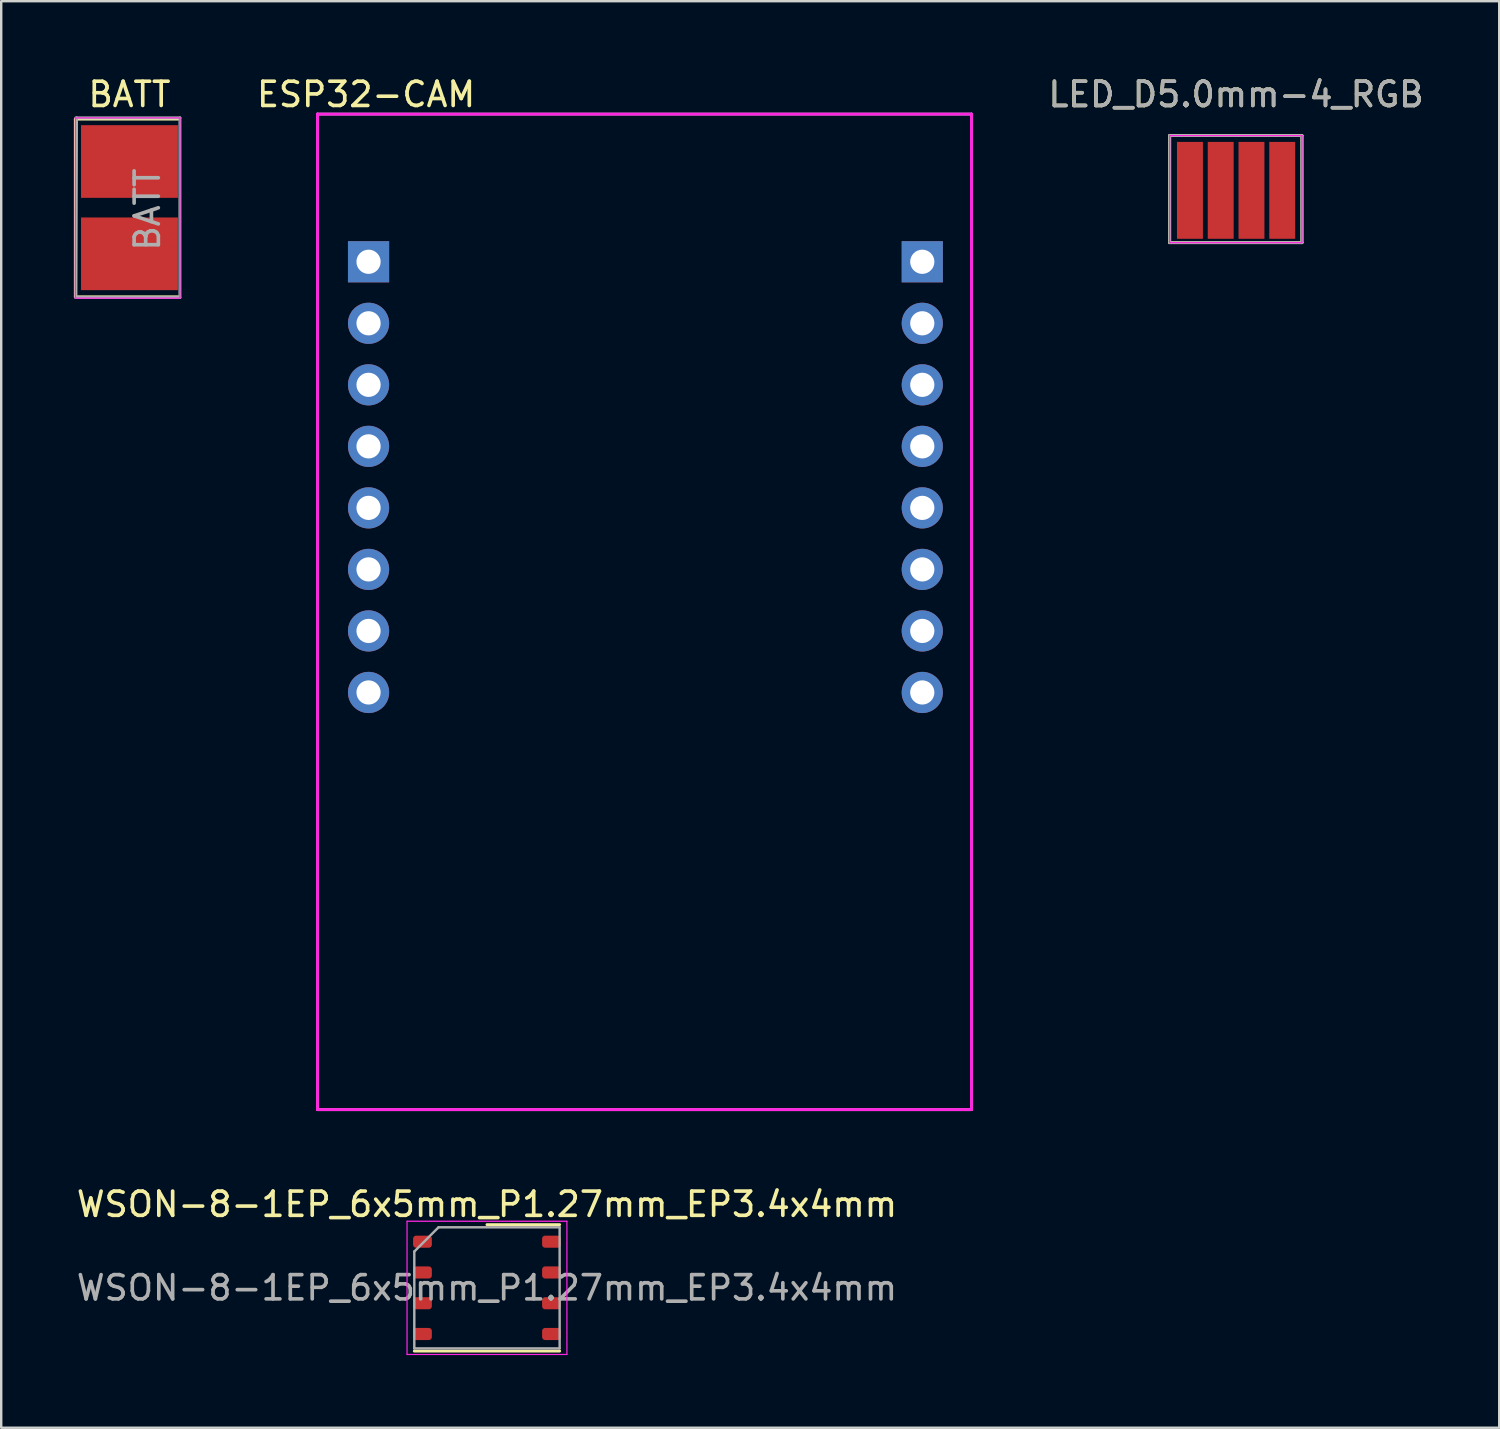
<source format=kicad_pcb>
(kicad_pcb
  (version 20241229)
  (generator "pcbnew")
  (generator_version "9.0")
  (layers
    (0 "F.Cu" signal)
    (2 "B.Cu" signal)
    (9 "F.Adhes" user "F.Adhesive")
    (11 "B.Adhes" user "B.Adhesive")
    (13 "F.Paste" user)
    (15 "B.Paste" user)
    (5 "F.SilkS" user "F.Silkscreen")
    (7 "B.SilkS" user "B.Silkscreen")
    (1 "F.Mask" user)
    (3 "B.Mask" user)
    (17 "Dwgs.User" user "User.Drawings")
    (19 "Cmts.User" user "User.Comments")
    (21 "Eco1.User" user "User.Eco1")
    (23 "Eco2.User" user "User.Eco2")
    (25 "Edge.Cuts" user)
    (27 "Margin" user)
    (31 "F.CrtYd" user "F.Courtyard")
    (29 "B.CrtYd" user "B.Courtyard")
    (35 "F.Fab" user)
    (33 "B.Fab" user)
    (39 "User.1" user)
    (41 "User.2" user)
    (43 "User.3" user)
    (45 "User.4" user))
  (footprint "BATT"
    (layer "F.Cu")
    (at 2.295 3.618)
    (property "Reference" "BATT" (at 0 -2.77 0) (layer "F.SilkS") (effects (font (size 1 1) (thickness 0.15))))
    (attr through_hole)
    (fp_line (start -2.235 -1.753) (end 2.007 -1.753) (stroke (width 0.12) (type solid)) (layer "F.SilkS"))
    (fp_line (start -2.235 5.588) (end -2.235 -1.753) (stroke (width 0.12) (type solid)) (layer "F.SilkS"))
    (fp_line (start 2.032 5.588) (end -2.235 5.588) (stroke (width 0.12) (type solid)) (layer "F.SilkS"))
    (fp_line (start -2.235 -1.803) (end 2.083 -1.803) (stroke (width 0.05) (type solid)) (layer "F.CrtYd"))
    (fp_line (start -2.235 5.639) (end -2.235 -1.803) (stroke (width 0.05) (type solid)) (layer "F.CrtYd"))
    (fp_line (start 2.083 -1.803) (end 2.083 5.635) (stroke (width 0.05) (type solid)) (layer "F.CrtYd"))
    (fp_line (start 2.083 5.639) (end -2.235 5.639) (stroke (width 0.05) (type solid)) (layer "F.CrtYd"))
    (fp_line (start -2.21 -1.803) (end 2.083 -1.803) (stroke (width 0.12) (type solid)) (layer "F.Fab"))
    (fp_line (start -2.21 5.613) (end -2.184 -1.803) (stroke (width 0.12) (type solid)) (layer "F.Fab"))
    (fp_line (start 2.083 -1.803) (end 2.083 5.613) (stroke (width 0.12) (type solid)) (layer "F.Fab"))
    (fp_line (start 2.083 5.613) (end -2.21 5.613) (stroke (width 0.12) (type solid)) (layer "F.Fab"))
    (fp_text user "${REFERENCE}" (at 0.737 1.981 270) (layer "F.Fab") (effects (font (size 1 1) (thickness 0.15))))
    (pad "1" smd rect (at 0 0) (size 4 3) (layers "F.Cu" "F.Mask" "F.Paste"))
    (pad "2" smd rect (at 0 3.81) (size 4 3) (layers "F.Cu" "F.Mask" "F.Paste")))
  (footprint "ESP32-CAM"
    (layer "F.Cu")
    (at 12.165 7.757)
    (property "Reference" "ESP32-CAM" (at -0.102 -6.909 0) (layer "F.SilkS") (effects (font (size 1 1) (thickness 0.15))))
    (attr through_hole)
    (fp_line (start -2.108 -6.096) (end 24.892 -6.096) (stroke (width 0.12) (type solid)) (layer "F.CrtYd"))
    (fp_line (start -2.108 35.001) (end -2.108 -6.096) (stroke (width 0.12) (type solid)) (layer "F.CrtYd"))
    (fp_line (start 24.892 -6.096) (end 24.892 35.001) (stroke (width 0.12) (type solid)) (layer "F.CrtYd"))
    (fp_line (start 24.892 35.001) (end -2.108 35.001) (stroke (width 0.12) (type solid)) (layer "F.CrtYd"))
    (fp_line (start -2.108 -6.096) (end 24.892 -6.096) (stroke (width 0.12) (type solid)) (layer "F.Fab"))
    (fp_line (start -2.108 35.001) (end -2.108 -6.096) (stroke (width 0.12) (type solid)) (layer "F.Fab"))
    (fp_line (start 24.892 -6.096) (end 24.892 35.001) (stroke (width 0.12) (type solid)) (layer "F.Fab"))
    (fp_line (start 24.892 35.001) (end -2.108 35.001) (stroke (width 0.12) (type solid)) (layer "F.Fab"))
    (pad "1" thru_hole rect (at 0 0) (size 1.7 1.7) (drill 1) (layers "*.Cu" "*.Mask"))
    (pad "2" thru_hole oval (at 0 2.54) (size 1.7 1.7) (drill 1) (layers "*.Cu" "*.Mask"))
    (pad "3" thru_hole oval (at 0 5.08) (size 1.7 1.7) (drill 1) (layers "*.Cu" "*.Mask"))
    (pad "4" thru_hole oval (at 0 7.62) (size 1.7 1.7) (drill 1) (layers "*.Cu" "*.Mask"))
    (pad "5" thru_hole oval (at 0 10.16) (size 1.7 1.7) (drill 1) (layers "*.Cu" "*.Mask"))
    (pad "6" thru_hole oval (at 0 12.7) (size 1.7 1.7) (drill 1) (layers "*.Cu" "*.Mask"))
    (pad "7" thru_hole oval (at 0 15.24) (size 1.7 1.7) (drill 1) (layers "*.Cu" "*.Mask"))
    (pad "8" thru_hole oval (at 0 17.78) (size 1.7 1.7) (drill 1) (layers "*.Cu" "*.Mask"))
    (pad "9" thru_hole oval (at 22.86 17.78) (size 1.7 1.7) (drill 1) (layers "*.Cu" "*.Mask"))
    (pad "10" thru_hole oval (at 22.86 15.24) (size 1.7 1.7) (drill 1) (layers "*.Cu" "*.Mask"))
    (pad "11" thru_hole oval (at 22.86 12.7) (size 1.7 1.7) (drill 1) (layers "*.Cu" "*.Mask"))
    (pad "12" thru_hole oval (at 22.86 10.16) (size 1.7 1.7) (drill 1) (layers "*.Cu" "*.Mask"))
    (pad "13" thru_hole oval (at 22.86 7.62) (size 1.7 1.7) (drill 1) (layers "*.Cu" "*.Mask"))
    (pad "14" thru_hole oval (at 22.86 5.08) (size 1.7 1.7) (drill 1) (layers "*.Cu" "*.Mask"))
    (pad "15" thru_hole oval (at 22.86 2.54) (size 1.7 1.7) (drill 1) (layers "*.Cu" "*.Mask"))
    (pad "16" thru_hole rect (at 22.86 0) (size 1.7 1.7) (drill 1) (layers "*.Cu" "*.Mask")))
  (footprint "WSON-8-1EP_6x5mm_P1.27mm_EP3.4x4mm"
    (layer "F.Cu")
    (at 17.054 50.117)
    (property "Reference" "WSON-8-1EP_6x5mm_P1.27mm_EP3.4x4mm" (at 0 -3.45 0) (layer "F.SilkS") (effects (font (size 1 1) (thickness 0.15))))
    (attr smd)
    (fp_line (start -3 2.61) (end 3 2.61) (stroke (width 0.12) (type solid)) (layer "F.SilkS"))
    (fp_line (start 0 -2.61) (end 3 -2.61) (stroke (width 0.12) (type solid)) (layer "F.SilkS"))
    (fp_line (start -3.3 -2.75) (end -3.3 2.75) (stroke (width 0.05) (type solid)) (layer "F.CrtYd"))
    (fp_line (start -3.3 2.75) (end 3.3 2.75) (stroke (width 0.05) (type solid)) (layer "F.CrtYd"))
    (fp_line (start 3.3 -2.75) (end -3.3 -2.75) (stroke (width 0.05) (type solid)) (layer "F.CrtYd"))
    (fp_line (start 3.3 2.75) (end 3.3 -2.75) (stroke (width 0.05) (type solid)) (layer "F.CrtYd"))
    (fp_line (start -3 -1.5) (end -2 -2.5) (stroke (width 0.1) (type solid)) (layer "F.Fab"))
    (fp_line (start -3 2.5) (end -3 -1.5) (stroke (width 0.1) (type solid)) (layer "F.Fab"))
    (fp_line (start -2 -2.5) (end 3 -2.5) (stroke (width 0.1) (type solid)) (layer "F.Fab"))
    (fp_line (start 3 -2.5) (end 3 2.5) (stroke (width 0.1) (type solid)) (layer "F.Fab"))
    (fp_line (start 3 2.5) (end -3 2.5) (stroke (width 0.1) (type solid)) (layer "F.Fab"))
    (fp_text user "${REFERENCE}" (at 0 0 0) (layer "F.Fab") (effects (font (size 1 1) (thickness 0.15))))
    (pad "1" smd roundrect (at -2.663 -1.905) (size 0.775 0.5) (layers "F.Cu" "F.Mask" "F.Paste") (roundrect_rratio 0.25))
    (pad "2" smd roundrect (at -2.663 -0.635) (size 0.775 0.5) (layers "F.Cu" "F.Mask" "F.Paste") (roundrect_rratio 0.25))
    (pad "3" smd roundrect (at -2.663 0.635) (size 0.775 0.5) (layers "F.Cu" "F.Mask" "F.Paste") (roundrect_rratio 0.25))
    (pad "4" smd roundrect (at -2.663 1.905) (size 0.775 0.5) (layers "F.Cu" "F.Mask" "F.Paste") (roundrect_rratio 0.25))
    (pad "5" smd roundrect (at 2.663 1.905) (size 0.775 0.5) (layers "F.Cu" "F.Mask" "F.Paste") (roundrect_rratio 0.25))
    (pad "6" smd roundrect (at 2.663 0.635) (size 0.775 0.5) (layers "F.Cu" "F.Mask" "F.Paste") (roundrect_rratio 0.25))
    (pad "7" smd roundrect (at 2.663 -0.635) (size 0.775 0.5) (layers "F.Cu" "F.Mask" "F.Paste") (roundrect_rratio 0.25))
    (pad "8" smd roundrect (at 2.663 -1.905) (size 0.775 0.5) (layers "F.Cu" "F.Mask" "F.Paste") (roundrect_rratio 0.25)))
  (footprint "LED_D5.0mm-4_RGB"
    (layer "F.Cu")
    (at 46.075 4.808)
    (property "Reference" "LED_D5.0mm-4_RGB" (at 1.905 -3.96 0) (layer "F.SilkS") (effects (font (size 1 1) (thickness 0.15))))
    (attr through_hole)
    (fp_line (start -0.838 -2.261) (end 4.623 -2.261) (stroke (width 0.12) (type solid)) (layer "F.SilkS"))
    (fp_line (start -0.838 2.159) (end -0.838 -2.261) (stroke (width 0.12) (type solid)) (layer "F.SilkS"))
    (fp_line (start 4.623 -2.261) (end 4.623 2.159) (stroke (width 0.12) (type solid)) (layer "F.SilkS"))
    (fp_line (start 4.623 2.159) (end -0.838 2.159) (stroke (width 0.12) (type solid)) (layer "F.SilkS"))
    (fp_line (start -0.838 -2.261) (end -0.838 2.159) (stroke (width 0.05) (type solid)) (layer "F.CrtYd"))
    (fp_line (start -0.838 2.159) (end 4.623 2.159) (stroke (width 0.05) (type solid)) (layer "F.CrtYd"))
    (fp_line (start 4.623 -2.261) (end -0.838 -2.261) (stroke (width 0.05) (type solid)) (layer "F.CrtYd"))
    (fp_line (start 4.623 2.159) (end 4.623 -2.261) (stroke (width 0.05) (type solid)) (layer "F.CrtYd"))
    (fp_line (start -0.838 -2.261) (end 4.623 -2.261) (stroke (width 0.12) (type solid)) (layer "F.Fab"))
    (fp_line (start -0.838 2.159) (end -0.838 -2.261) (stroke (width 0.12) (type solid)) (layer "F.Fab"))
    (fp_line (start 4.623 -2.261) (end 4.623 2.159) (stroke (width 0.12) (type solid)) (layer "F.Fab"))
    (fp_line (start 4.623 2.159) (end -0.838 2.159) (stroke (width 0.12) (type solid)) (layer "F.Fab"))
    (fp_text user "${REFERENCE}" (at 1.905 -3.96 0) (layer "F.Fab") (effects (font (size 1 1) (thickness 0.15))))
    (pad "1" smd rect (at 0 0) (size 1.07 4) (layers "F.Cu" "F.Mask" "F.Paste"))
    (pad "2" smd rect (at 1.27 0) (size 1.07 4) (layers "F.Cu" "F.Mask" "F.Paste"))
    (pad "3" smd rect (at 2.54 0) (size 1.07 4) (layers "F.Cu" "F.Mask" "F.Paste"))
    (pad "4" smd rect (at 3.81 0) (size 1.07 4) (layers "F.Cu" "F.Mask" "F.Paste")))
  (gr_rect
    (start -3 -3)
    (end 58.843 55.892)
    (stroke (width 0.1) (type default))
    (fill no)
    (layer "Edge.Cuts")))
</source>
